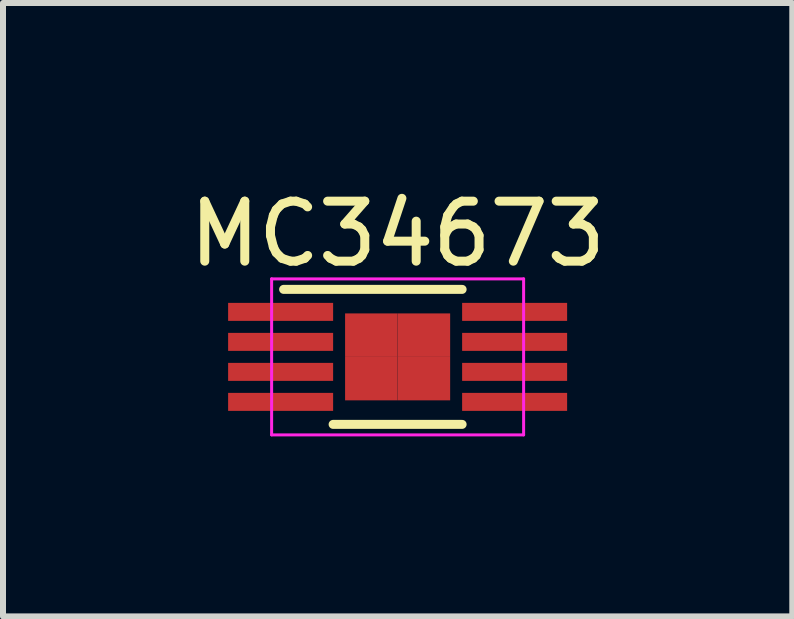
<source format=kicad_pcb>
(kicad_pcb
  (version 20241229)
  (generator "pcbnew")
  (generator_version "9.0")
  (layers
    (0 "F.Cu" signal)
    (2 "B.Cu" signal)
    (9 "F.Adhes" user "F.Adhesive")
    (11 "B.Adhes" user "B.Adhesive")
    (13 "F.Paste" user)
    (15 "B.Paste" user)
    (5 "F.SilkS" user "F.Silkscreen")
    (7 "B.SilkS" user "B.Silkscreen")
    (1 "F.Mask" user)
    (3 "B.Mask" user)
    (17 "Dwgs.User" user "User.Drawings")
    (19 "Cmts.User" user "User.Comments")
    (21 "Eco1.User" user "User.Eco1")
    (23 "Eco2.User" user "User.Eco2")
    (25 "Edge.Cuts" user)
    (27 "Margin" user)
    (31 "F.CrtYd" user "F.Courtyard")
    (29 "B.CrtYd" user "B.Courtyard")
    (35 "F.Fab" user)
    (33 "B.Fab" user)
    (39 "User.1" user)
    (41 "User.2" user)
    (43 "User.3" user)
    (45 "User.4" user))
  (footprint "MC34673"
    (layer "F.Cu")
    (at 3.577 2.898)
    (property "Reference" "MC34673" (at 0 -2.05 0) (layer "F.SilkS") (effects (font (size 1 1) (thickness 0.15))))
    (attr smd)
    (fp_line (start -1.9 -1.125) (end 1.075 -1.125) (stroke (width 0.15) (type solid)) (layer "F.SilkS"))
    (fp_line (start -1.075 1.125) (end 1.075 1.125) (stroke (width 0.15) (type solid)) (layer "F.SilkS"))
    (fp_line (start -2.1 -1.3) (end -2.1 1.3) (stroke (width 0.05) (type solid)) (layer "F.CrtYd"))
    (fp_line (start -2.1 -1.3) (end 2.1 -1.3) (stroke (width 0.05) (type solid)) (layer "F.CrtYd"))
    (fp_line (start -2.1 1.3) (end 2.1 1.3) (stroke (width 0.05) (type solid)) (layer "F.CrtYd"))
    (fp_line (start 2.1 -1.3) (end 2.1 1.3) (stroke (width 0.05) (type solid)) (layer "F.CrtYd"))
    (pad "1" smd rect (at -1.95 -0.75) (size 1.75 0.3) (layers "F.Cu" "F.Mask" "F.Paste"))
    (pad "2" smd rect (at -1.95 -0.25) (size 1.75 0.3) (layers "F.Cu" "F.Mask" "F.Paste"))
    (pad "3" smd rect (at -1.95 0.25) (size 1.75 0.3) (layers "F.Cu" "F.Mask" "F.Paste"))
    (pad "4" smd rect (at -1.95 0.75) (size 1.75 0.3) (layers "F.Cu" "F.Mask" "F.Paste"))
    (pad "5" smd rect (at 1.95 0.75) (size 1.75 0.3) (layers "F.Cu" "F.Mask" "F.Paste"))
    (pad "6" smd rect (at 1.95 0.25) (size 1.75 0.3) (layers "F.Cu" "F.Mask" "F.Paste"))
    (pad "7" smd rect (at 1.95 -0.25) (size 1.75 0.3) (layers "F.Cu" "F.Mask" "F.Paste"))
    (pad "8" smd rect (at 1.95 -0.75) (size 1.75 0.3) (layers "F.Cu" "F.Mask" "F.Paste"))
    (pad "9" smd rect (at -0.438 -0.362) (size 0.875 0.725) (layers "F.Cu" "F.Mask" "F.Paste"))
    (pad "9" smd rect (at -0.438 0.362) (size 0.875 0.725) (layers "F.Cu" "F.Mask" "F.Paste"))
    (pad "9" smd rect (at 0.438 -0.362) (size 0.875 0.725) (layers "F.Cu" "F.Mask" "F.Paste"))
    (pad "9" smd rect (at 0.438 0.362) (size 0.875 0.725) (layers "F.Cu" "F.Mask" "F.Paste")))
  (gr_rect
    (start -3 -3)
    (end 10.155 7.223)
    (stroke (width 0.1) (type default))
    (fill no)
    (layer "Edge.Cuts")))
</source>
